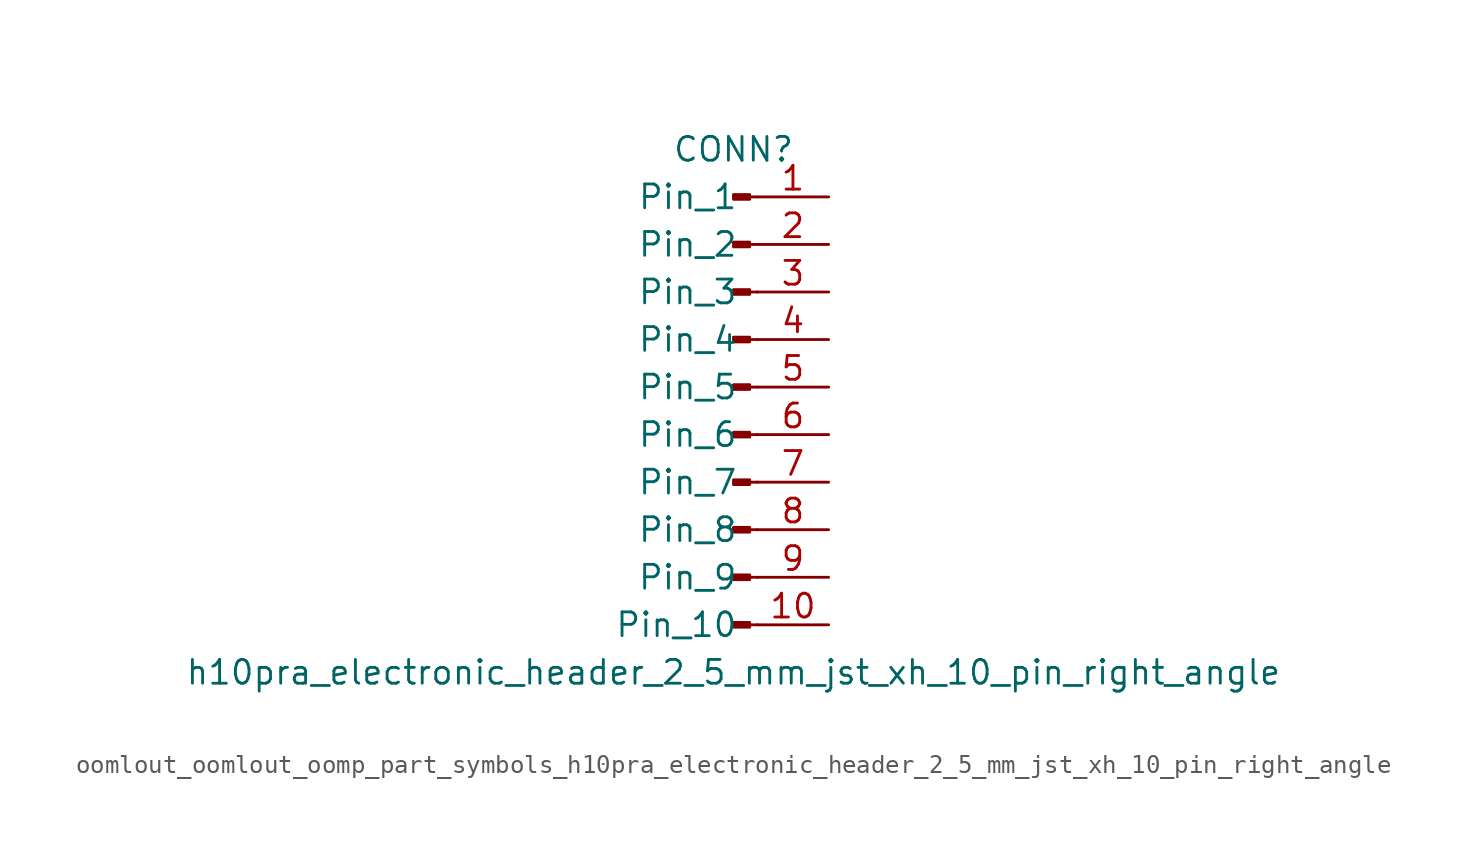
<source format=kicad_sym>
(kicad_symbol_lib
  (version 20220914)
  (generator kicad_symbol_editor)
  (symbol "oomlout_oomlout_oomp_part_symbols_h10pra_electronic_header_2_5_mm_jst_xh_10_pin_right_angle"
    (pin_names
      (offset 1.016))
    (property "Reference" "CONN"
      (at 0 12.7 0)
      (effects (font (size 1.27 1.27))))
    (property "Value" "h10pra_electronic_header_2_5_mm_jst_xh_10_pin_right_angle"
      (at 0 -15.24 0)
      (effects (font (size 1.27 1.27))))
    (property "ki_locked" ""
      (at 0 0 0)
      (effects (font (size 1.27 1.27))))
    (symbol "oomlout_oomlout_oomp_part_symbols_h10pra_electronic_header_2_5_mm_jst_xh_10_pin_right_angle_1_1"
      (polyline (pts (xy 1.27 -12.7) (xy 0.864 -12.7)) (stroke (width 0.152) (type default)) (fill (type none)))
      (polyline (pts (xy 1.27 -10.16) (xy 0.864 -10.16)) (stroke (width 0.152) (type default)) (fill (type none)))
      (polyline (pts (xy 1.27 -7.62) (xy 0.864 -7.62)) (stroke (width 0.152) (type default)) (fill (type none)))
      (polyline (pts (xy 1.27 -5.08) (xy 0.864 -5.08)) (stroke (width 0.152) (type default)) (fill (type none)))
      (polyline (pts (xy 1.27 -2.54) (xy 0.864 -2.54)) (stroke (width 0.152) (type default)) (fill (type none)))
      (polyline (pts (xy 1.27 0) (xy 0.864 0)) (stroke (width 0.152) (type default)) (fill (type none)))
      (polyline (pts (xy 1.27 2.54) (xy 0.864 2.54)) (stroke (width 0.152) (type default)) (fill (type none)))
      (polyline (pts (xy 1.27 5.08) (xy 0.864 5.08)) (stroke (width 0.152) (type default)) (fill (type none)))
      (polyline (pts (xy 1.27 7.62) (xy 0.864 7.62)) (stroke (width 0.152) (type default)) (fill (type none)))
      (polyline (pts (xy 1.27 10.16) (xy 0.864 10.16)) (stroke (width 0.152) (type default)) (fill (type none)))
      (rectangle (start 0.864 -12.573) (end 0 -12.827) (stroke (width 0.152) (type default)) (fill (type outline)))
      (rectangle (start 0.864 -10.033) (end 0 -10.287) (stroke (width 0.152) (type default)) (fill (type outline)))
      (rectangle (start 0.864 -7.493) (end 0 -7.747) (stroke (width 0.152) (type default)) (fill (type outline)))
      (rectangle (start 0.864 -4.953) (end 0 -5.207) (stroke (width 0.152) (type default)) (fill (type outline)))
      (rectangle (start 0.864 -2.413) (end 0 -2.667) (stroke (width 0.152) (type default)) (fill (type outline)))
      (rectangle (start 0.864 0.127) (end 0 -0.127) (stroke (width 0.152) (type default)) (fill (type outline)))
      (rectangle (start 0.864 2.667) (end 0 2.413) (stroke (width 0.152) (type default)) (fill (type outline)))
      (rectangle (start 0.864 5.207) (end 0 4.953) (stroke (width 0.152) (type default)) (fill (type outline)))
      (rectangle (start 0.864 7.747) (end 0 7.493) (stroke (width 0.152) (type default)) (fill (type outline)))
      (rectangle (start 0.864 10.287) (end 0 10.033) (stroke (width 0.152) (type default)) (fill (type outline)))
      (pin passive line (at 5.08 10.16 180) (length 3.81) (name "Pin_1" (effects (font (size 1.27 1.27)))) (number "1" (effects (font (size 1.27 1.27)))))
      (pin passive line (at 5.08 -12.7 180) (length 3.81) (name "Pin_10" (effects (font (size 1.27 1.27)))) (number "10" (effects (font (size 1.27 1.27)))))
      (pin passive line (at 5.08 7.62 180) (length 3.81) (name "Pin_2" (effects (font (size 1.27 1.27)))) (number "2" (effects (font (size 1.27 1.27)))))
      (pin passive line (at 5.08 5.08 180) (length 3.81) (name "Pin_3" (effects (font (size 1.27 1.27)))) (number "3" (effects (font (size 1.27 1.27)))))
      (pin passive line (at 5.08 2.54 180) (length 3.81) (name "Pin_4" (effects (font (size 1.27 1.27)))) (number "4" (effects (font (size 1.27 1.27)))))
      (pin passive line (at 5.08 0 180) (length 3.81) (name "Pin_5" (effects (font (size 1.27 1.27)))) (number "5" (effects (font (size 1.27 1.27)))))
      (pin passive line (at 5.08 -2.54 180) (length 3.81) (name "Pin_6" (effects (font (size 1.27 1.27)))) (number "6" (effects (font (size 1.27 1.27)))))
      (pin passive line (at 5.08 -5.08 180) (length 3.81) (name "Pin_7" (effects (font (size 1.27 1.27)))) (number "7" (effects (font (size 1.27 1.27)))))
      (pin passive line (at 5.08 -7.62 180) (length 3.81) (name "Pin_8" (effects (font (size 1.27 1.27)))) (number "8" (effects (font (size 1.27 1.27)))))
      (pin passive line (at 5.08 -10.16 180) (length 3.81) (name "Pin_9" (effects (font (size 1.27 1.27)))) (number "9" (effects (font (size 1.27 1.27))))))))
</source>
